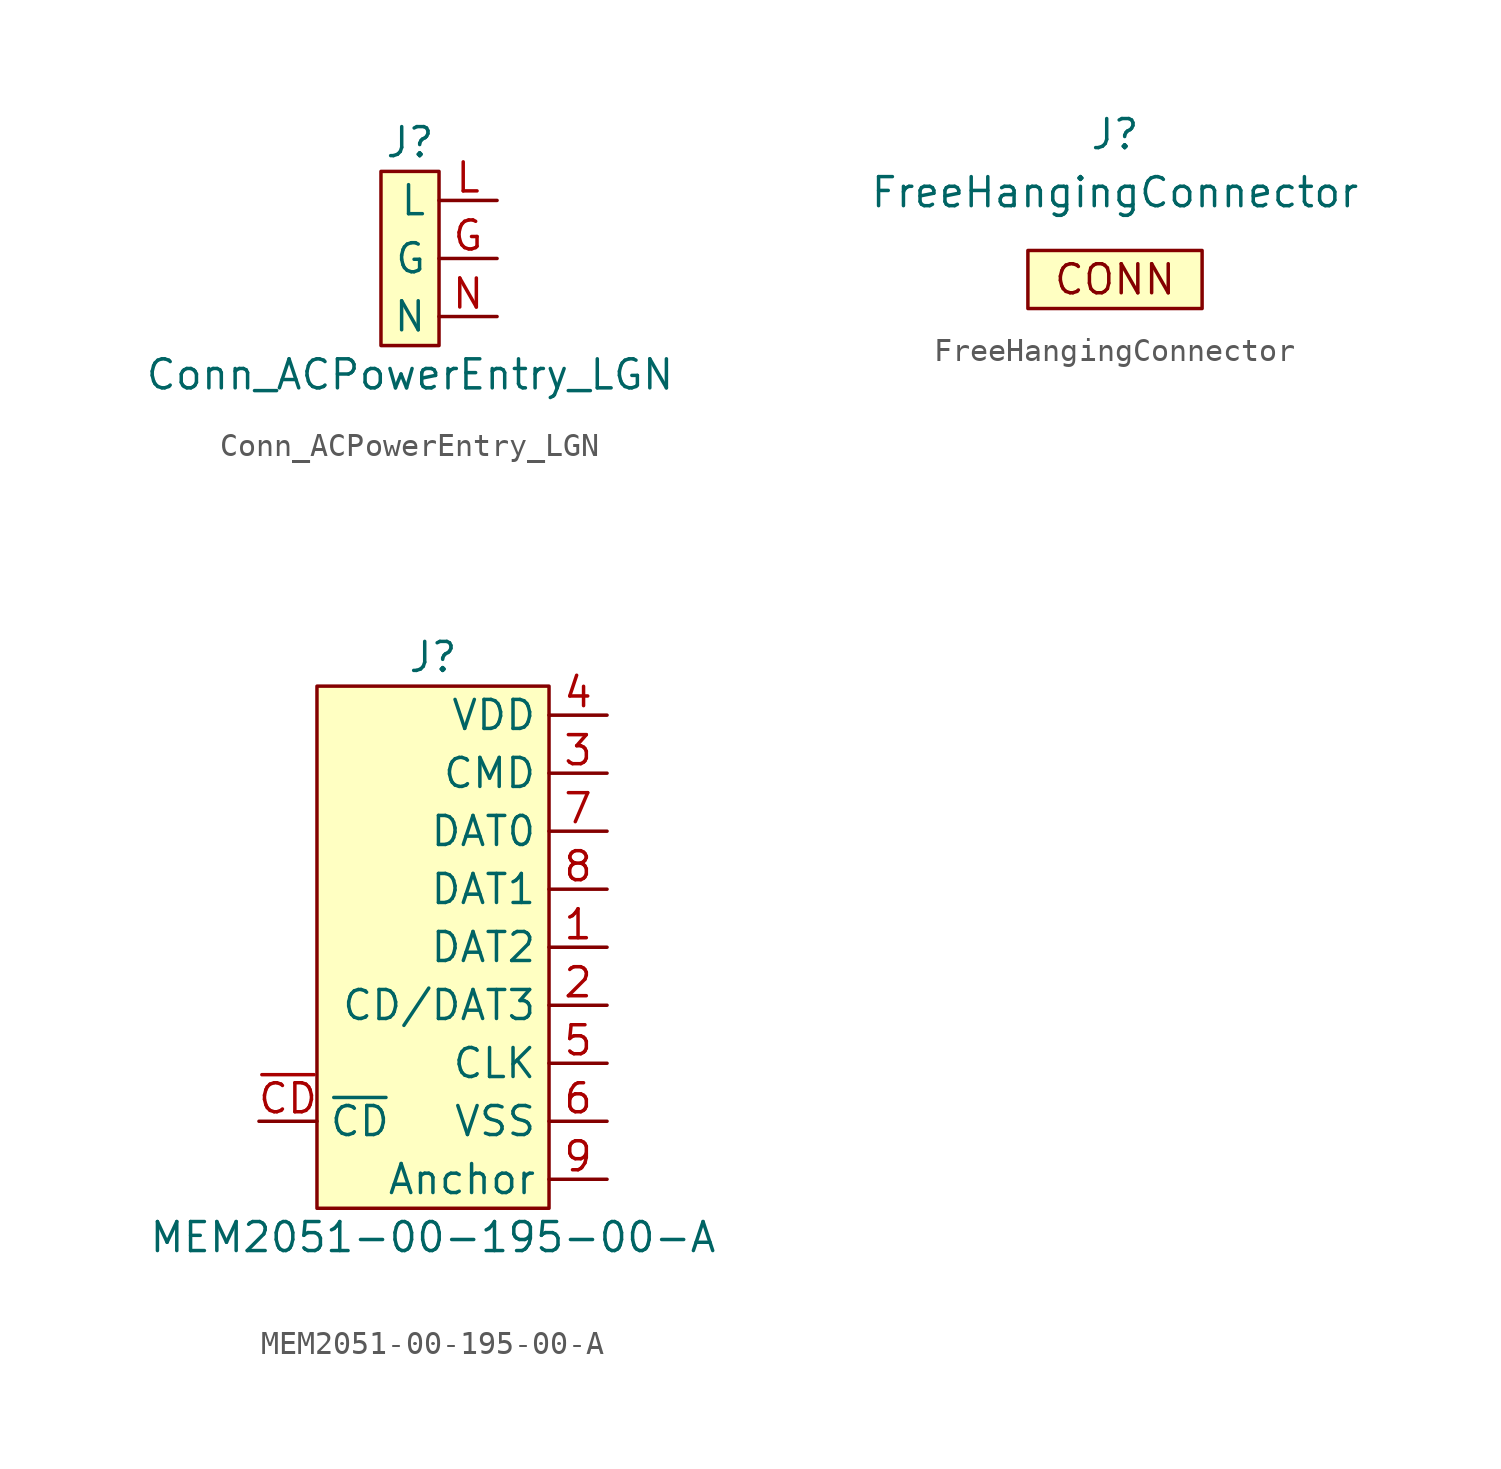
<source format=kicad_sym>
(kicad_symbol_lib
  (version 20211014)
  (generator kicad_symbol_editor)
  (symbol "Conn_ACPowerEntry_LGN"
    (property "Reference" "J"
      (at 0 5.08 0)
      (effects (font (size 1.27 1.27))))
    (property "Value" "Conn_ACPowerEntry_LGN"
      (at 0 -5.08 0)
      (effects (font (size 1.27 1.27))))
    (symbol "Conn_ACPowerEntry_LGN_0_1"
      (rectangle (start -1.27 3.81) (end 1.27 -3.81) (stroke (width 0.152) (type default) (color 0 0 0 0)) (fill (type background))))
    (symbol "Conn_ACPowerEntry_LGN_1_1"
      (pin power_out line (at 3.81 0 180) (length 2.54) (name "G" (effects (font (size 1.27 1.27)))) (number "G" (effects (font (size 1.27 1.27)))))
      (pin power_out line (at 3.81 2.54 180) (length 2.54) (name "L" (effects (font (size 1.27 1.27)))) (number "L" (effects (font (size 1.27 1.27)))))
      (pin power_out line (at 3.81 -2.54 180) (length 2.54) (name "N" (effects (font (size 1.27 1.27)))) (number "N" (effects (font (size 1.27 1.27)))))))
  (symbol "FreeHangingConnector"
    (property "Reference" "J"
      (at 0 6.35 0)
      (effects (font (size 1.27 1.27))))
    (property "Value" "FreeHangingConnector"
      (at 0 3.81 0)
      (effects (font (size 1.27 1.27))))
    (symbol "FreeHangingConnector_0_0"
      (text "CONN" (at 0 0 0) (effects (font (size 1.27 1.27)))))
    (symbol "FreeHangingConnector_0_1"
      (rectangle (start -3.81 1.27) (end 3.81 -1.27) (stroke (width 0.152) (type default) (color 0 0 0 0)) (fill (type background)))))
  (symbol "MEM2051-00-195-00-A"
    (property "Reference" "J"
      (at 0 12.7 0)
      (effects (font (size 1.27 1.27))))
    (property "Value" "MEM2051-00-195-00-A"
      (at 0 -12.7 0)
      (effects (font (size 1.27 1.27))))
    (symbol "MEM2051-00-195-00-A_0_0"
      (rectangle (start -5.08 11.43) (end 5.08 -11.43) (stroke (width 0.152) (type default) (color 0 0 0 0)) (fill (type background))))
    (symbol "MEM2051-00-195-00-A_1_1"
      (pin bidirectional line (at 7.62 0 180) (length 2.54) (name "DAT2" (effects (font (size 1.27 1.27)))) (number "1" (effects (font (size 1.27 1.27)))))
      (pin bidirectional line (at 7.62 -2.54 180) (length 2.54) (name "CD/DAT3" (effects (font (size 1.27 1.27)))) (number "2" (effects (font (size 1.27 1.27)))))
      (pin bidirectional line (at 7.62 7.62 180) (length 2.54) (name "CMD" (effects (font (size 1.27 1.27)))) (number "3" (effects (font (size 1.27 1.27)))))
      (pin power_in line (at 7.62 10.16 180) (length 2.54) (name "VDD" (effects (font (size 1.27 1.27)))) (number "4" (effects (font (size 1.27 1.27)))))
      (pin input line (at 7.62 -5.08 180) (length 2.54) (name "CLK" (effects (font (size 1.27 1.27)))) (number "5" (effects (font (size 1.27 1.27)))))
      (pin power_in line (at 7.62 -7.62 180) (length 2.54) (name "VSS" (effects (font (size 1.27 1.27)))) (number "6" (effects (font (size 1.27 1.27)))))
      (pin bidirectional line (at 7.62 5.08 180) (length 2.54) (name "DAT0" (effects (font (size 1.27 1.27)))) (number "7" (effects (font (size 1.27 1.27)))))
      (pin bidirectional line (at 7.62 2.54 180) (length 2.54) (name "DAT1" (effects (font (size 1.27 1.27)))) (number "8" (effects (font (size 1.27 1.27)))))
      (pin passive line (at 7.62 -10.16 180) (length 2.54) (name "Anchor" (effects (font (size 1.27 1.27)))) (number "9" (effects (font (size 1.27 1.27)))))
      (pin passive line (at -7.62 -7.62 0) (length 2.54) (name "~{CD}" (effects (font (size 1.27 1.27)))) (number "~{CD}" (effects (font (size 1.27 1.27))))))))
</source>
